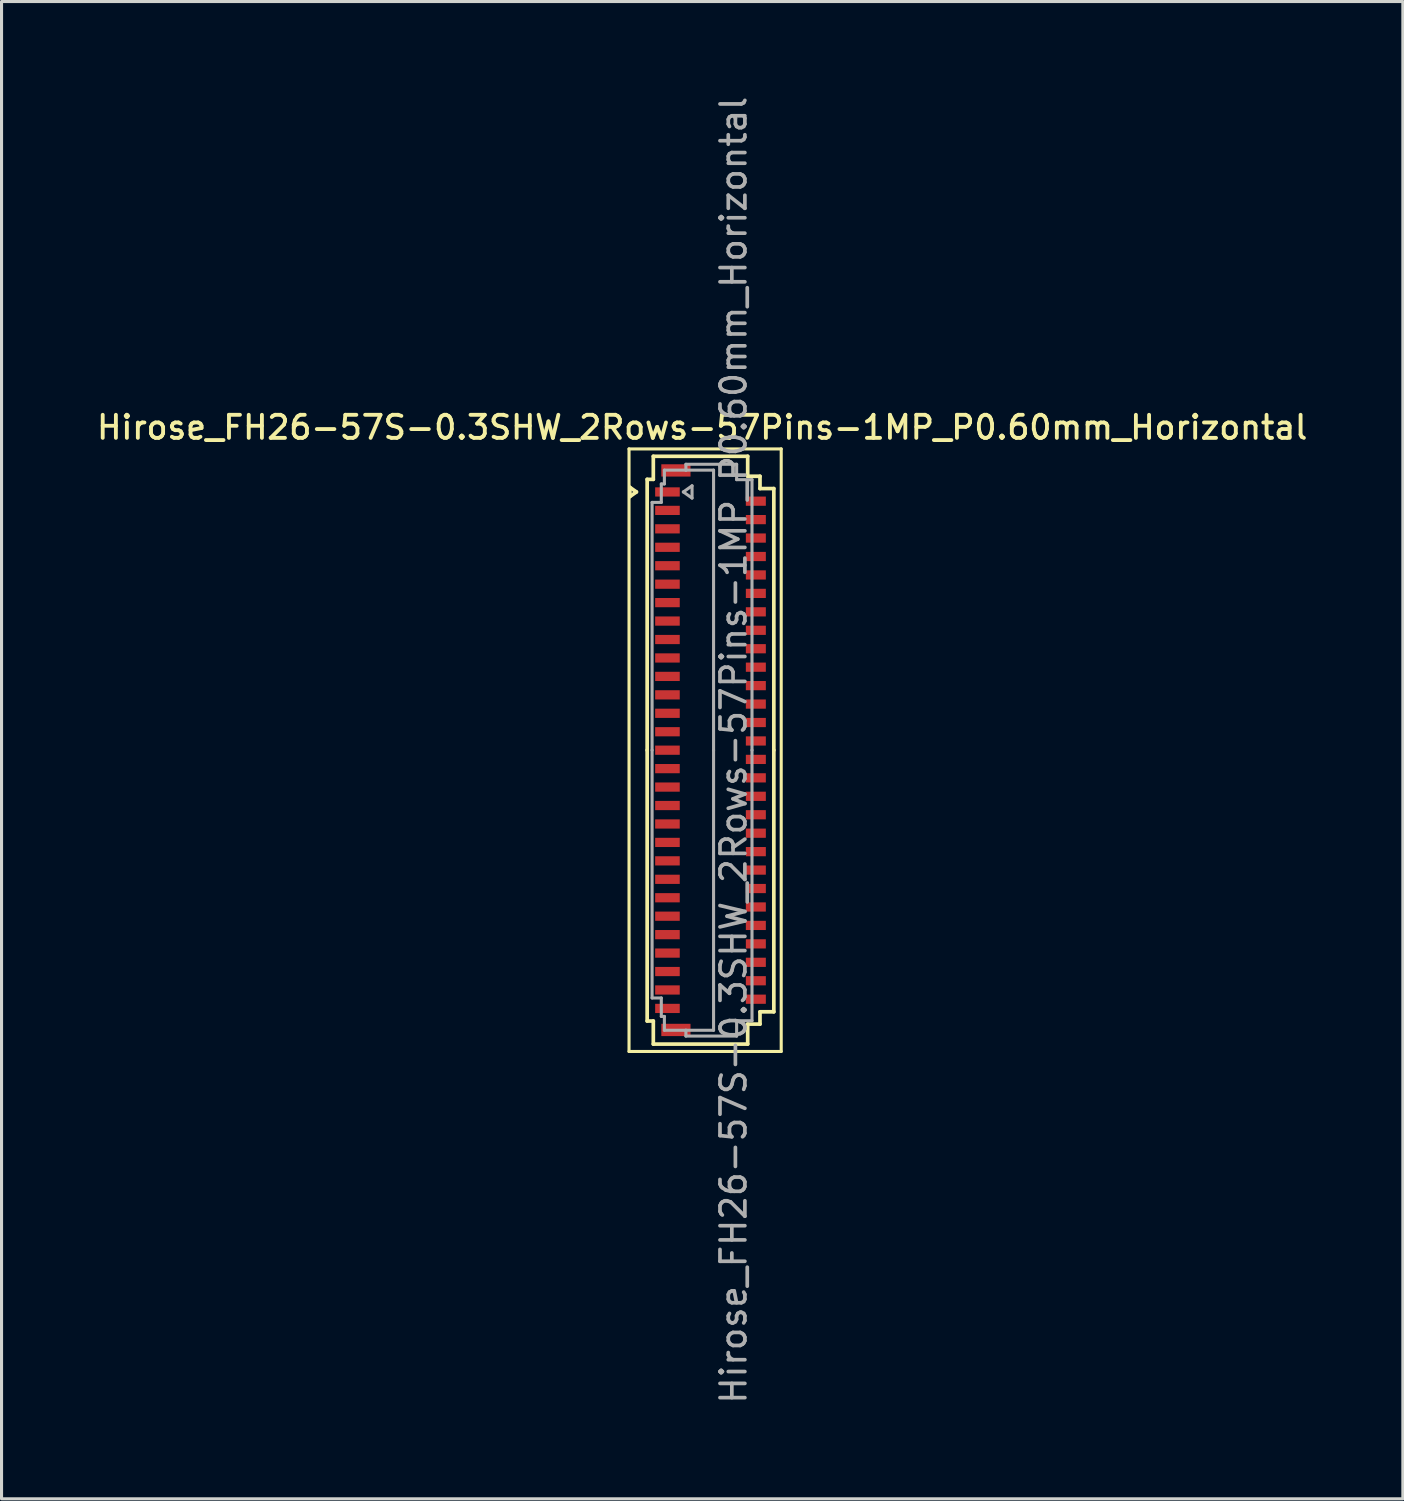
<source format=kicad_pcb>
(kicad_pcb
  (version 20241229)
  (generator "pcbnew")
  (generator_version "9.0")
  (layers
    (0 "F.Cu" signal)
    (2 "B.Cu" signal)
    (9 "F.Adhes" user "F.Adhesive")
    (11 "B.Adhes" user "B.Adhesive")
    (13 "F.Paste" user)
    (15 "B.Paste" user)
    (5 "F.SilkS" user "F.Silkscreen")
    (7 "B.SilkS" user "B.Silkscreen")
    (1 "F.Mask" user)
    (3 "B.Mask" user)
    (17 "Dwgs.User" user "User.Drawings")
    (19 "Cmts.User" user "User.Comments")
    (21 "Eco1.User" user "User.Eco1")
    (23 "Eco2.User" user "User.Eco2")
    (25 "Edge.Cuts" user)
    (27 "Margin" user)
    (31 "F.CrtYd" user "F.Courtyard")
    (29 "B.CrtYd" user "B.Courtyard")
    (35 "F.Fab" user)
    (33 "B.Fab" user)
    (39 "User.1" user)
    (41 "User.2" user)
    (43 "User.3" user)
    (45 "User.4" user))
  (footprint "Hirose_FH26-57S-0.3SHW_2Rows-57Pins-1MP_P0.60mm_Horizontal"
    (layer "F.Cu")
    (at 20.061 21.352)
    (property "Reference" "Hirose_FH26-57S-0.3SHW_2Rows-57Pins-1MP_P0.60mm_Horizontal" (at -0.27 -10.5 0) (layer "F.SilkS") (effects (font (size 0.75 0.75) (thickness 0.125))))
    (attr smd)
    (fp_line (start -2.65 -9.8) (end -2.65 9.8) (stroke (width 0.1) (type solid)) (layer "F.SilkS"))
    (fp_line (start -2.65 9.8) (end 2.3 9.8) (stroke (width 0.1) (type solid)) (layer "F.SilkS"))
    (fp_line (start -2.622 -8.55) (end -2.41 -8.4) (stroke (width 0.12) (type solid)) (layer "F.SilkS"))
    (fp_line (start -2.622 -8.25) (end -2.622 -8.55) (stroke (width 0.12) (type solid)) (layer "F.SilkS"))
    (fp_line (start -2.41 -8.4) (end -2.622 -8.25) (stroke (width 0.12) (type solid)) (layer "F.SilkS"))
    (fp_line (start -2.06 -8.81) (end -2.06 0) (stroke (width 0.12) (type solid)) (layer "F.SilkS"))
    (fp_line (start -2.06 8.81) (end -2.06 0) (stroke (width 0.12) (type solid)) (layer "F.SilkS"))
    (fp_line (start -1.86 -9.56) (end -1.86 -8.81) (stroke (width 0.12) (type solid)) (layer "F.SilkS"))
    (fp_line (start -1.86 -8.81) (end -2.06 -8.81) (stroke (width 0.12) (type solid)) (layer "F.SilkS"))
    (fp_line (start -1.86 8.81) (end -2.06 8.81) (stroke (width 0.12) (type solid)) (layer "F.SilkS"))
    (fp_line (start -1.86 9.56) (end -1.86 8.81) (stroke (width 0.12) (type solid)) (layer "F.SilkS"))
    (fp_line (start 1.21 -9.56) (end -1.86 -9.56) (stroke (width 0.12) (type solid)) (layer "F.SilkS"))
    (fp_line (start 1.21 -8.91) (end 1.21 -9.56) (stroke (width 0.12) (type solid)) (layer "F.SilkS"))
    (fp_line (start 1.21 8.91) (end 1.21 9.56) (stroke (width 0.12) (type solid)) (layer "F.SilkS"))
    (fp_line (start 1.21 9.56) (end -1.86 9.56) (stroke (width 0.12) (type solid)) (layer "F.SilkS"))
    (fp_line (start 1.61 -8.91) (end 1.21 -8.91) (stroke (width 0.12) (type solid)) (layer "F.SilkS"))
    (fp_line (start 1.61 -8.51) (end 1.61 -8.91) (stroke (width 0.12) (type solid)) (layer "F.SilkS"))
    (fp_line (start 1.61 8.51) (end 1.61 8.91) (stroke (width 0.12) (type solid)) (layer "F.SilkS"))
    (fp_line (start 1.61 8.91) (end 1.21 8.91) (stroke (width 0.12) (type solid)) (layer "F.SilkS"))
    (fp_line (start 2.06 -8.51) (end 1.61 -8.51) (stroke (width 0.12) (type solid)) (layer "F.SilkS"))
    (fp_line (start 2.06 0) (end 2.06 -8.51) (stroke (width 0.12) (type solid)) (layer "F.SilkS"))
    (fp_line (start 2.06 0) (end 2.06 8.51) (stroke (width 0.12) (type solid)) (layer "F.SilkS"))
    (fp_line (start 2.06 8.51) (end 1.61 8.51) (stroke (width 0.12) (type solid)) (layer "F.SilkS"))
    (fp_line (start 2.3 -9.8) (end -2.65 -9.8) (stroke (width 0.1) (type solid)) (layer "F.SilkS"))
    (fp_line (start 2.3 9.8) (end 2.3 -9.8) (stroke (width 0.1) (type solid)) (layer "F.SilkS"))
    (fp_line (start -1.9 -8.06) (end -1.6 -8.06) (stroke (width 0.1) (type solid)) (layer "F.Fab"))
    (fp_line (start -1.9 0) (end -1.9 -8.06) (stroke (width 0.1) (type solid)) (layer "F.Fab"))
    (fp_line (start -1.9 0) (end -1.9 8.06) (stroke (width 0.1) (type solid)) (layer "F.Fab"))
    (fp_line (start -1.9 8.06) (end -1.6 8.06) (stroke (width 0.1) (type solid)) (layer "F.Fab"))
    (fp_line (start -1.6 -8.66) (end -1.5 -8.66) (stroke (width 0.1) (type solid)) (layer "F.Fab"))
    (fp_line (start -1.6 -8.06) (end -1.6 -8.66) (stroke (width 0.1) (type solid)) (layer "F.Fab"))
    (fp_line (start -1.6 8.06) (end -1.6 8.66) (stroke (width 0.1) (type solid)) (layer "F.Fab"))
    (fp_line (start -1.6 8.66) (end -1.5 8.66) (stroke (width 0.1) (type solid)) (layer "F.Fab"))
    (fp_line (start -1.5 -9.11) (end -0.8 -9.11) (stroke (width 0.1) (type solid)) (layer "F.Fab"))
    (fp_line (start -1.5 -8.66) (end -1.5 -9.11) (stroke (width 0.1) (type solid)) (layer "F.Fab"))
    (fp_line (start -1.5 8.66) (end -1.5 9.11) (stroke (width 0.1) (type solid)) (layer "F.Fab"))
    (fp_line (start -1.5 9.11) (end -0.8 9.11) (stroke (width 0.1) (type solid)) (layer "F.Fab"))
    (fp_line (start -0.883 -8.4) (end -0.6 -8.2) (stroke (width 0.1) (type solid)) (layer "F.Fab"))
    (fp_line (start -0.8 -9.3) (end 0.85 -9.3) (stroke (width 0.1) (type solid)) (layer "F.Fab"))
    (fp_line (start -0.8 -9.11) (end -0.8 -9.3) (stroke (width 0.1) (type solid)) (layer "F.Fab"))
    (fp_line (start -0.8 9.11) (end -0.8 9.3) (stroke (width 0.1) (type solid)) (layer "F.Fab"))
    (fp_line (start -0.8 9.3) (end 0.85 9.3) (stroke (width 0.1) (type solid)) (layer "F.Fab"))
    (fp_line (start -0.6 -8.6) (end -0.883 -8.4) (stroke (width 0.1) (type solid)) (layer "F.Fab"))
    (fp_line (start -0.6 -8.2) (end -0.6 -8.6) (stroke (width 0.1) (type solid)) (layer "F.Fab"))
    (fp_line (start 0.1 -9.11) (end -0.8 -9.11) (stroke (width 0.1) (type solid)) (layer "F.Fab"))
    (fp_line (start 0.1 0) (end 0.1 -9.11) (stroke (width 0.1) (type solid)) (layer "F.Fab"))
    (fp_line (start 0.1 0) (end 0.1 9.11) (stroke (width 0.1) (type solid)) (layer "F.Fab"))
    (fp_line (start 0.1 9.11) (end -0.8 9.11) (stroke (width 0.1) (type solid)) (layer "F.Fab"))
    (fp_line (start 0.85 -9.3) (end 0.85 -8.8) (stroke (width 0.1) (type solid)) (layer "F.Fab"))
    (fp_line (start 0.85 -8.8) (end 1.35 -8.8) (stroke (width 0.1) (type solid)) (layer "F.Fab"))
    (fp_line (start 0.85 8.8) (end 1.35 8.8) (stroke (width 0.1) (type solid)) (layer "F.Fab"))
    (fp_line (start 0.85 9.3) (end 0.85 8.8) (stroke (width 0.1) (type solid)) (layer "F.Fab"))
    (fp_line (start 1.35 -8.8) (end 1.35 0) (stroke (width 0.1) (type solid)) (layer "F.Fab"))
    (fp_line (start 1.35 8.8) (end 1.35 0) (stroke (width 0.1) (type solid)) (layer "F.Fab"))
    (fp_text user "${REFERENCE}" (at 0.75 0 90) (layer "F.Fab") (effects (font (size 0.81 0.81) (thickness 0.12))))
    (pad "1" smd rect (at -1.4 -8.4) (size 0.8 0.3) (layers "F.Cu" "F.Mask" "F.Paste"))
    (pad "2" smd rect (at 1.475 -8.1) (size 0.65 0.3) (layers "F.Cu" "F.Mask" "F.Paste"))
    (pad "3" smd rect (at -1.4 -7.8) (size 0.8 0.3) (layers "F.Cu" "F.Mask" "F.Paste"))
    (pad "4" smd rect (at 1.475 -7.5) (size 0.65 0.3) (layers "F.Cu" "F.Mask" "F.Paste"))
    (pad "5" smd rect (at -1.4 -7.2) (size 0.8 0.3) (layers "F.Cu" "F.Mask" "F.Paste"))
    (pad "6" smd rect (at 1.475 -6.9) (size 0.65 0.3) (layers "F.Cu" "F.Mask" "F.Paste"))
    (pad "7" smd rect (at -1.4 -6.6) (size 0.8 0.3) (layers "F.Cu" "F.Mask" "F.Paste"))
    (pad "8" smd rect (at 1.475 -6.3) (size 0.65 0.3) (layers "F.Cu" "F.Mask" "F.Paste"))
    (pad "9" smd rect (at -1.4 -6) (size 0.8 0.3) (layers "F.Cu" "F.Mask" "F.Paste"))
    (pad "10" smd rect (at 1.475 -5.7) (size 0.65 0.3) (layers "F.Cu" "F.Mask" "F.Paste"))
    (pad "11" smd rect (at -1.4 -5.4) (size 0.8 0.3) (layers "F.Cu" "F.Mask" "F.Paste"))
    (pad "12" smd rect (at 1.475 -5.1) (size 0.65 0.3) (layers "F.Cu" "F.Mask" "F.Paste"))
    (pad "13" smd rect (at -1.4 -4.8) (size 0.8 0.3) (layers "F.Cu" "F.Mask" "F.Paste"))
    (pad "14" smd rect (at 1.475 -4.5) (size 0.65 0.3) (layers "F.Cu" "F.Mask" "F.Paste"))
    (pad "15" smd rect (at -1.4 -4.2) (size 0.8 0.3) (layers "F.Cu" "F.Mask" "F.Paste"))
    (pad "16" smd rect (at 1.475 -3.9) (size 0.65 0.3) (layers "F.Cu" "F.Mask" "F.Paste"))
    (pad "17" smd rect (at -1.4 -3.6) (size 0.8 0.3) (layers "F.Cu" "F.Mask" "F.Paste"))
    (pad "18" smd rect (at 1.475 -3.3) (size 0.65 0.3) (layers "F.Cu" "F.Mask" "F.Paste"))
    (pad "19" smd rect (at -1.4 -3) (size 0.8 0.3) (layers "F.Cu" "F.Mask" "F.Paste"))
    (pad "20" smd rect (at 1.475 -2.7) (size 0.65 0.3) (layers "F.Cu" "F.Mask" "F.Paste"))
    (pad "21" smd rect (at -1.4 -2.4) (size 0.8 0.3) (layers "F.Cu" "F.Mask" "F.Paste"))
    (pad "22" smd rect (at 1.475 -2.1) (size 0.65 0.3) (layers "F.Cu" "F.Mask" "F.Paste"))
    (pad "23" smd rect (at -1.4 -1.8) (size 0.8 0.3) (layers "F.Cu" "F.Mask" "F.Paste"))
    (pad "24" smd rect (at 1.475 -1.5) (size 0.65 0.3) (layers "F.Cu" "F.Mask" "F.Paste"))
    (pad "25" smd rect (at -1.4 -1.2) (size 0.8 0.3) (layers "F.Cu" "F.Mask" "F.Paste"))
    (pad "26" smd rect (at 1.475 -0.9) (size 0.65 0.3) (layers "F.Cu" "F.Mask" "F.Paste"))
    (pad "27" smd rect (at -1.4 -0.6) (size 0.8 0.3) (layers "F.Cu" "F.Mask" "F.Paste"))
    (pad "28" smd rect (at 1.475 -0.3) (size 0.65 0.3) (layers "F.Cu" "F.Mask" "F.Paste"))
    (pad "29" smd rect (at -1.4 0) (size 0.8 0.3) (layers "F.Cu" "F.Mask" "F.Paste"))
    (pad "30" smd rect (at 1.475 0.3) (size 0.65 0.3) (layers "F.Cu" "F.Mask" "F.Paste"))
    (pad "31" smd rect (at -1.4 0.6) (size 0.8 0.3) (layers "F.Cu" "F.Mask" "F.Paste"))
    (pad "32" smd rect (at 1.475 0.9) (size 0.65 0.3) (layers "F.Cu" "F.Mask" "F.Paste"))
    (pad "33" smd rect (at -1.4 1.2) (size 0.8 0.3) (layers "F.Cu" "F.Mask" "F.Paste"))
    (pad "34" smd rect (at 1.475 1.5) (size 0.65 0.3) (layers "F.Cu" "F.Mask" "F.Paste"))
    (pad "35" smd rect (at -1.4 1.8) (size 0.8 0.3) (layers "F.Cu" "F.Mask" "F.Paste"))
    (pad "36" smd rect (at 1.475 2.1) (size 0.65 0.3) (layers "F.Cu" "F.Mask" "F.Paste"))
    (pad "37" smd rect (at -1.4 2.4) (size 0.8 0.3) (layers "F.Cu" "F.Mask" "F.Paste"))
    (pad "38" smd rect (at 1.475 2.7) (size 0.65 0.3) (layers "F.Cu" "F.Mask" "F.Paste"))
    (pad "39" smd rect (at -1.4 3) (size 0.8 0.3) (layers "F.Cu" "F.Mask" "F.Paste"))
    (pad "40" smd rect (at 1.475 3.3) (size 0.65 0.3) (layers "F.Cu" "F.Mask" "F.Paste"))
    (pad "41" smd rect (at -1.4 3.6) (size 0.8 0.3) (layers "F.Cu" "F.Mask" "F.Paste"))
    (pad "42" smd rect (at 1.475 3.9) (size 0.65 0.3) (layers "F.Cu" "F.Mask" "F.Paste"))
    (pad "43" smd rect (at -1.4 4.2) (size 0.8 0.3) (layers "F.Cu" "F.Mask" "F.Paste"))
    (pad "44" smd rect (at 1.475 4.5) (size 0.65 0.3) (layers "F.Cu" "F.Mask" "F.Paste"))
    (pad "45" smd rect (at -1.4 4.8) (size 0.8 0.3) (layers "F.Cu" "F.Mask" "F.Paste"))
    (pad "46" smd rect (at 1.475 5.1) (size 0.65 0.3) (layers "F.Cu" "F.Mask" "F.Paste"))
    (pad "47" smd rect (at -1.4 5.4) (size 0.8 0.3) (layers "F.Cu" "F.Mask" "F.Paste"))
    (pad "48" smd rect (at 1.475 5.7) (size 0.65 0.3) (layers "F.Cu" "F.Mask" "F.Paste"))
    (pad "49" smd rect (at -1.4 6) (size 0.8 0.3) (layers "F.Cu" "F.Mask" "F.Paste"))
    (pad "50" smd rect (at 1.475 6.3) (size 0.65 0.3) (layers "F.Cu" "F.Mask" "F.Paste"))
    (pad "51" smd rect (at -1.4 6.6) (size 0.8 0.3) (layers "F.Cu" "F.Mask" "F.Paste"))
    (pad "52" smd rect (at 1.475 6.9) (size 0.65 0.3) (layers "F.Cu" "F.Mask" "F.Paste"))
    (pad "53" smd rect (at -1.4 7.2) (size 0.8 0.3) (layers "F.Cu" "F.Mask" "F.Paste"))
    (pad "54" smd rect (at 1.475 7.5) (size 0.65 0.3) (layers "F.Cu" "F.Mask" "F.Paste"))
    (pad "55" smd rect (at -1.4 7.8) (size 0.8 0.3) (layers "F.Cu" "F.Mask" "F.Paste"))
    (pad "56" smd rect (at 1.475 8.1) (size 0.65 0.3) (layers "F.Cu" "F.Mask" "F.Paste"))
    (pad "57" smd rect (at -1.4 8.4) (size 0.8 0.3) (layers "F.Cu" "F.Mask" "F.Paste"))
    (pad "MP" smd rect (at -1.125 -9.1) (size 0.95 0.4) (layers "F.Cu" "F.Mask" "F.Paste"))
    (pad "MP" smd rect (at -1.125 9.1) (size 0.95 0.4) (layers "F.Cu" "F.Mask" "F.Paste")))
  (gr_rect
    (start -3 -3)
    (end 42.582 45.704)
    (stroke (width 0.1) (type default))
    (fill no)
    (layer "Edge.Cuts")))
</source>
